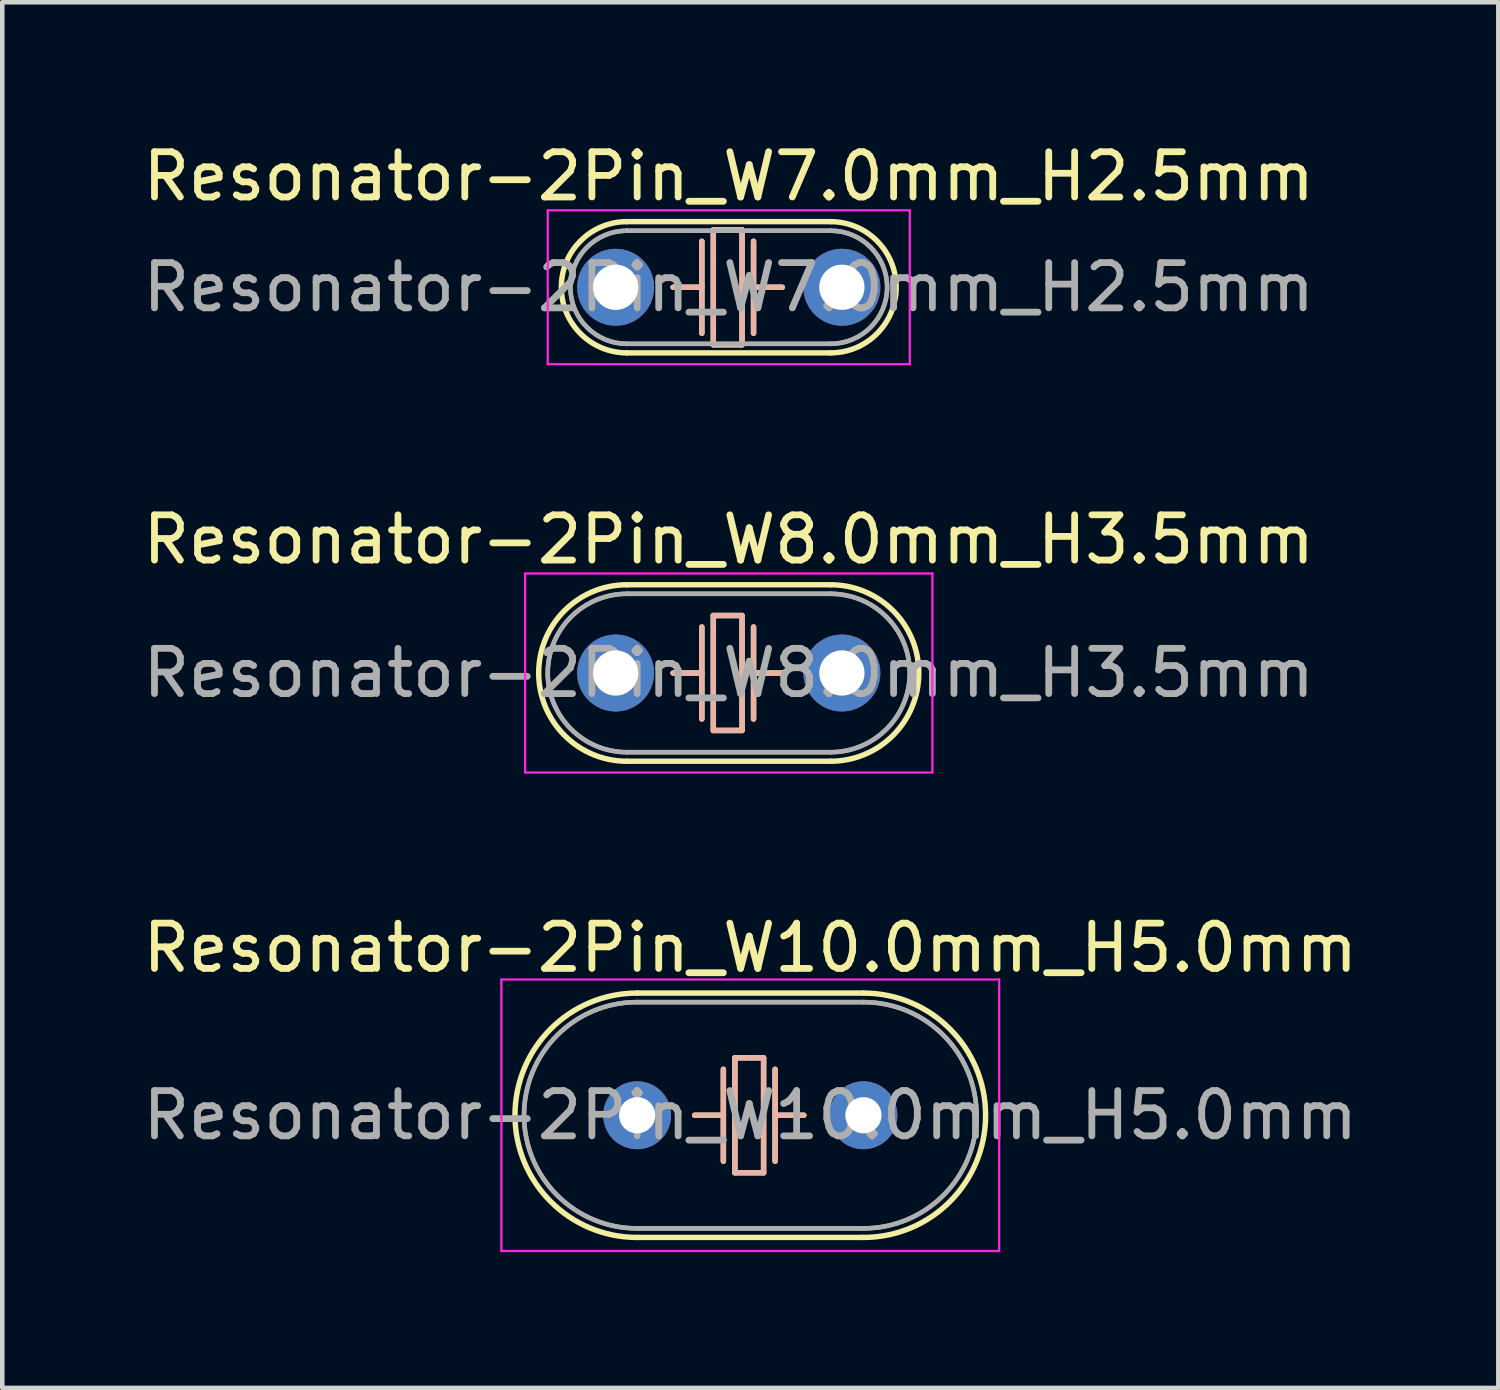
<source format=kicad_pcb>
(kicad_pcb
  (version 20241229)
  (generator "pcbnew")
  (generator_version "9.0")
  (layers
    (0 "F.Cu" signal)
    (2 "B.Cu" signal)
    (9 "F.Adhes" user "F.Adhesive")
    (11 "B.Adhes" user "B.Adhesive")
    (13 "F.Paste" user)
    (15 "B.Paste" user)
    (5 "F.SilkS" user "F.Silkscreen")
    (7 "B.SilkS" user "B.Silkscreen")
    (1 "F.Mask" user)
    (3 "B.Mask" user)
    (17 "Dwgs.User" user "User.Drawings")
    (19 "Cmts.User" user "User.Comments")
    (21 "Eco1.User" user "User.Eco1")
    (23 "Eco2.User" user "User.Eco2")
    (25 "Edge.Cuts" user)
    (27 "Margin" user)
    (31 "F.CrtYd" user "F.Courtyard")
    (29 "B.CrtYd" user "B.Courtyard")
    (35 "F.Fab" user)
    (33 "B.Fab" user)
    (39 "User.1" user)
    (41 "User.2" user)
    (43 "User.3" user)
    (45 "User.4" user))
  (footprint "Resonator-2Pin_W8.0mm_H3.5mm"
    (layer "F.Cu")
    (at 10.554 11.822)
    (property "Reference" "Resonator-2Pin_W8.0mm_H3.5mm" (at 2.5 -2.95 0) (layer "F.SilkS") (effects (font (size 1 1) (thickness 0.15))))
    (attr through_hole)
    (fp_line (start 0.25 -1.95) (end 4.75 -1.95) (stroke (width 0.12) (type solid)) (layer "F.SilkS"))
    (fp_line (start 0.25 1.95) (end 4.75 1.95) (stroke (width 0.12) (type solid)) (layer "F.SilkS"))
    (fp_line (start 1.27 0) (end 1.905 0) (stroke (width 0.12) (type solid)) (layer "F.SilkS"))
    (fp_line (start 1.905 0) (end 1.905 -1.016) (stroke (width 0.12) (type solid)) (layer "F.SilkS"))
    (fp_line (start 1.905 0) (end 1.905 1.016) (stroke (width 0.12) (type solid)) (layer "F.SilkS"))
    (fp_line (start 2.159 -1.27) (end 2.159 1.27) (stroke (width 0.12) (type solid)) (layer "F.SilkS"))
    (fp_line (start 2.159 1.27) (end 2.794 1.27) (stroke (width 0.12) (type solid)) (layer "F.SilkS"))
    (fp_line (start 2.794 -1.27) (end 2.159 -1.27) (stroke (width 0.12) (type solid)) (layer "F.SilkS"))
    (fp_line (start 2.794 1.27) (end 2.794 -1.27) (stroke (width 0.12) (type solid)) (layer "F.SilkS"))
    (fp_line (start 3.048 0) (end 3.048 -1.016) (stroke (width 0.12) (type solid)) (layer "F.SilkS"))
    (fp_line (start 3.048 0) (end 3.048 1.016) (stroke (width 0.12) (type solid)) (layer "F.SilkS"))
    (fp_line (start 3.683 0) (end 3.048 0) (stroke (width 0.12) (type solid)) (layer "F.SilkS"))
    (fp_arc (start 0.25 1.95) (mid -1.7 0) (end 0.25 -1.95) (stroke (width 0.12) (type solid)) (layer "F.SilkS"))
    (fp_arc (start 4.75 -1.95) (mid 6.7 0) (end 4.75 1.95) (stroke (width 0.12) (type solid)) (layer "F.SilkS"))
    (fp_line (start 1.27 0) (end 1.905 0) (stroke (width 0.12) (type solid)) (layer "B.SilkS"))
    (fp_line (start 1.905 0) (end 1.905 -1.016) (stroke (width 0.12) (type solid)) (layer "B.SilkS"))
    (fp_line (start 1.905 0) (end 1.905 1.016) (stroke (width 0.12) (type solid)) (layer "B.SilkS"))
    (fp_line (start 3.048 1.016) (end 3.048 -1.016) (stroke (width 0.12) (type solid)) (layer "B.SilkS"))
    (fp_line (start 3.683 0) (end 3.048 0) (stroke (width 0.12) (type solid)) (layer "B.SilkS"))
    (fp_rect (start 2.159 -1.27) (end 2.794 1.27) (stroke (width 0.12) (type solid)) (fill no) (layer "B.SilkS"))
    (fp_line (start -2 -2.2) (end -2 2.2) (stroke (width 0.05) (type solid)) (layer "F.CrtYd"))
    (fp_line (start -2 2.2) (end 7 2.2) (stroke (width 0.05) (type solid)) (layer "F.CrtYd"))
    (fp_line (start 7 -2.2) (end -2 -2.2) (stroke (width 0.05) (type solid)) (layer "F.CrtYd"))
    (fp_line (start 7 2.2) (end 7 -2.2) (stroke (width 0.05) (type solid)) (layer "F.CrtYd"))
    (fp_line (start 0.25 -1.75) (end 4.75 -1.75) (stroke (width 0.1) (type solid)) (layer "F.Fab"))
    (fp_line (start 0.25 -1.75) (end 4.75 -1.75) (stroke (width 0.1) (type solid)) (layer "F.Fab"))
    (fp_line (start 0.25 1.75) (end 4.75 1.75) (stroke (width 0.1) (type solid)) (layer "F.Fab"))
    (fp_line (start 0.25 1.75) (end 4.75 1.75) (stroke (width 0.1) (type solid)) (layer "F.Fab"))
    (fp_arc (start 0.25 1.75) (mid -1.5 0) (end 0.25 -1.75) (stroke (width 0.1) (type solid)) (layer "F.Fab"))
    (fp_arc (start 0.25 1.75) (mid -1.5 0) (end 0.25 -1.75) (stroke (width 0.1) (type solid)) (layer "F.Fab"))
    (fp_arc (start 4.75 -1.75) (mid 6.5 0) (end 4.75 1.75) (stroke (width 0.1) (type solid)) (layer "F.Fab"))
    (fp_arc (start 4.75 -1.75) (mid 6.5 0) (end 4.75 1.75) (stroke (width 0.1) (type solid)) (layer "F.Fab"))
    (fp_text user "${REFERENCE}" (at 2.5 0 0) (layer "F.Fab") (effects (font (size 1 1) (thickness 0.15))))
    (pad "1" thru_hole circle (at 0 0) (size 1.7 1.7) (drill 1) (layers "*.Cu" "*.Mask"))
    (pad "2" thru_hole circle (at 5 0) (size 1.7 1.7) (drill 1) (layers "*.Cu" "*.Mask")))
  (footprint "Resonator-2Pin_W7.0mm_H2.5mm"
    (layer "F.Cu")
    (at 10.554 3.298)
    (property "Reference" "Resonator-2Pin_W7.0mm_H2.5mm" (at 2.5 -2.45 0) (layer "F.SilkS") (effects (font (size 1 1) (thickness 0.15))))
    (attr through_hole)
    (fp_line (start 0.25 -1.45) (end 4.75 -1.45) (stroke (width 0.12) (type solid)) (layer "F.SilkS"))
    (fp_line (start 0.25 1.45) (end 4.75 1.45) (stroke (width 0.12) (type solid)) (layer "F.SilkS"))
    (fp_line (start 1.27 0) (end 1.905 0) (stroke (width 0.12) (type solid)) (layer "F.SilkS"))
    (fp_line (start 1.905 0) (end 1.905 -1.016) (stroke (width 0.12) (type solid)) (layer "F.SilkS"))
    (fp_line (start 1.905 0) (end 1.905 1.016) (stroke (width 0.12) (type solid)) (layer "F.SilkS"))
    (fp_line (start 2.159 -1.27) (end 2.159 1.27) (stroke (width 0.12) (type solid)) (layer "F.SilkS"))
    (fp_line (start 2.159 1.27) (end 2.794 1.27) (stroke (width 0.12) (type solid)) (layer "F.SilkS"))
    (fp_line (start 2.794 -1.27) (end 2.159 -1.27) (stroke (width 0.12) (type solid)) (layer "F.SilkS"))
    (fp_line (start 2.794 1.27) (end 2.794 -1.27) (stroke (width 0.12) (type solid)) (layer "F.SilkS"))
    (fp_line (start 3.048 0) (end 3.048 -1.016) (stroke (width 0.12) (type solid)) (layer "F.SilkS"))
    (fp_line (start 3.048 0) (end 3.048 1.016) (stroke (width 0.12) (type solid)) (layer "F.SilkS"))
    (fp_line (start 3.683 0) (end 3.048 0) (stroke (width 0.12) (type solid)) (layer "F.SilkS"))
    (fp_arc (start 0.25 1.45) (mid -1.2 0) (end 0.25 -1.45) (stroke (width 0.12) (type solid)) (layer "F.SilkS"))
    (fp_arc (start 4.75 -1.45) (mid 6.2 0) (end 4.75 1.45) (stroke (width 0.12) (type solid)) (layer "F.SilkS"))
    (fp_line (start 1.27 0) (end 1.905 0) (stroke (width 0.12) (type solid)) (layer "B.SilkS"))
    (fp_line (start 1.905 0) (end 1.905 -1.016) (stroke (width 0.12) (type solid)) (layer "B.SilkS"))
    (fp_line (start 1.905 0) (end 1.905 1.016) (stroke (width 0.12) (type solid)) (layer "B.SilkS"))
    (fp_line (start 3.048 1.016) (end 3.048 -1.016) (stroke (width 0.12) (type solid)) (layer "B.SilkS"))
    (fp_line (start 3.683 0) (end 3.048 0) (stroke (width 0.12) (type solid)) (layer "B.SilkS"))
    (fp_rect (start 2.159 -1.27) (end 2.794 1.27) (stroke (width 0.12) (type solid)) (fill no) (layer "B.SilkS"))
    (fp_line (start -1.5 -1.7) (end -1.5 1.7) (stroke (width 0.05) (type solid)) (layer "F.CrtYd"))
    (fp_line (start -1.5 1.7) (end 6.5 1.7) (stroke (width 0.05) (type solid)) (layer "F.CrtYd"))
    (fp_line (start 6.5 -1.7) (end -1.5 -1.7) (stroke (width 0.05) (type solid)) (layer "F.CrtYd"))
    (fp_line (start 6.5 1.7) (end 6.5 -1.7) (stroke (width 0.05) (type solid)) (layer "F.CrtYd"))
    (fp_line (start 0.25 -1.25) (end 4.75 -1.25) (stroke (width 0.1) (type solid)) (layer "F.Fab"))
    (fp_line (start 0.25 -1.25) (end 4.75 -1.25) (stroke (width 0.1) (type solid)) (layer "F.Fab"))
    (fp_line (start 0.25 1.25) (end 4.75 1.25) (stroke (width 0.1) (type solid)) (layer "F.Fab"))
    (fp_line (start 0.25 1.25) (end 4.75 1.25) (stroke (width 0.1) (type solid)) (layer "F.Fab"))
    (fp_arc (start 0.25 1.25) (mid -1 0) (end 0.25 -1.25) (stroke (width 0.1) (type solid)) (layer "F.Fab"))
    (fp_arc (start 0.25 1.25) (mid -1 0) (end 0.25 -1.25) (stroke (width 0.1) (type solid)) (layer "F.Fab"))
    (fp_arc (start 4.75 -1.25) (mid 6 0) (end 4.75 1.25) (stroke (width 0.1) (type solid)) (layer "F.Fab"))
    (fp_arc (start 4.75 -1.25) (mid 6 0) (end 4.75 1.25) (stroke (width 0.1) (type solid)) (layer "F.Fab"))
    (fp_text user "${REFERENCE}" (at 2.5 0 0) (layer "F.Fab") (effects (font (size 1 1) (thickness 0.15))))
    (pad "1" thru_hole circle (at 0 0) (size 1.7 1.7) (drill 1) (layers "*.Cu" "*.Mask"))
    (pad "2" thru_hole circle (at 5 0) (size 1.7 1.7) (drill 1) (layers "*.Cu" "*.Mask")))
  (footprint "Resonator-2Pin_W10.0mm_H5.0mm"
    (layer "F.Cu")
    (at 11.03 21.595)
    (property "Reference" "Resonator-2Pin_W10.0mm_H5.0mm" (at 2.5 -3.7 0) (layer "F.SilkS") (effects (font (size 1 1) (thickness 0.15))))
    (attr through_hole)
    (fp_line (start 0 -2.7) (end 5 -2.7) (stroke (width 0.12) (type solid)) (layer "F.SilkS"))
    (fp_line (start 0 2.7) (end 5 2.7) (stroke (width 0.12) (type solid)) (layer "F.SilkS"))
    (fp_line (start 1.27 0) (end 1.905 0) (stroke (width 0.12) (type solid)) (layer "F.SilkS"))
    (fp_line (start 1.905 0) (end 1.905 -1.016) (stroke (width 0.12) (type solid)) (layer "F.SilkS"))
    (fp_line (start 1.905 0) (end 1.905 1.016) (stroke (width 0.12) (type solid)) (layer "F.SilkS"))
    (fp_line (start 2.159 -1.27) (end 2.159 1.27) (stroke (width 0.12) (type solid)) (layer "F.SilkS"))
    (fp_line (start 2.159 1.27) (end 2.794 1.27) (stroke (width 0.12) (type solid)) (layer "F.SilkS"))
    (fp_line (start 2.794 -1.27) (end 2.159 -1.27) (stroke (width 0.12) (type solid)) (layer "F.SilkS"))
    (fp_line (start 2.794 1.27) (end 2.794 -1.27) (stroke (width 0.12) (type solid)) (layer "F.SilkS"))
    (fp_line (start 3.048 0) (end 3.048 -1.016) (stroke (width 0.12) (type solid)) (layer "F.SilkS"))
    (fp_line (start 3.048 0) (end 3.048 1.016) (stroke (width 0.12) (type solid)) (layer "F.SilkS"))
    (fp_line (start 3.683 0) (end 3.048 0) (stroke (width 0.12) (type solid)) (layer "F.SilkS"))
    (fp_arc (start 0 2.7) (mid -2.7 0) (end 0 -2.7) (stroke (width 0.12) (type solid)) (layer "F.SilkS"))
    (fp_arc (start 5 -2.7) (mid 7.7 0) (end 5 2.7) (stroke (width 0.12) (type solid)) (layer "F.SilkS"))
    (fp_line (start 1.27 0) (end 1.905 0) (stroke (width 0.12) (type solid)) (layer "B.SilkS"))
    (fp_line (start 1.905 0) (end 1.905 -1.016) (stroke (width 0.12) (type solid)) (layer "B.SilkS"))
    (fp_line (start 1.905 0) (end 1.905 1.016) (stroke (width 0.12) (type solid)) (layer "B.SilkS"))
    (fp_line (start 3.048 1.016) (end 3.048 -1.016) (stroke (width 0.12) (type solid)) (layer "B.SilkS"))
    (fp_line (start 3.683 0) (end 3.048 0) (stroke (width 0.12) (type solid)) (layer "B.SilkS"))
    (fp_rect (start 2.159 -1.27) (end 2.794 1.27) (stroke (width 0.12) (type solid)) (fill no) (layer "B.SilkS"))
    (fp_line (start -3 -3) (end -3 3) (stroke (width 0.05) (type solid)) (layer "F.CrtYd"))
    (fp_line (start -3 3) (end 8 3) (stroke (width 0.05) (type solid)) (layer "F.CrtYd"))
    (fp_line (start 8 -3) (end -3 -3) (stroke (width 0.05) (type solid)) (layer "F.CrtYd"))
    (fp_line (start 8 3) (end 8 -3) (stroke (width 0.05) (type solid)) (layer "F.CrtYd"))
    (fp_line (start 0 -2.5) (end 5 -2.5) (stroke (width 0.1) (type solid)) (layer "F.Fab"))
    (fp_line (start 0 -2.5) (end 5 -2.5) (stroke (width 0.1) (type solid)) (layer "F.Fab"))
    (fp_line (start 0 2.5) (end 5 2.5) (stroke (width 0.1) (type solid)) (layer "F.Fab"))
    (fp_line (start 0 2.5) (end 5 2.5) (stroke (width 0.1) (type solid)) (layer "F.Fab"))
    (fp_arc (start 0 2.5) (mid -2.5 0) (end 0 -2.5) (stroke (width 0.1) (type solid)) (layer "F.Fab"))
    (fp_arc (start 0 2.5) (mid -2.5 0) (end 0 -2.5) (stroke (width 0.1) (type solid)) (layer "F.Fab"))
    (fp_arc (start 5 -2.5) (mid 7.5 0) (end 5 2.5) (stroke (width 0.1) (type solid)) (layer "F.Fab"))
    (fp_arc (start 5 -2.5) (mid 7.5 0) (end 5 2.5) (stroke (width 0.1) (type solid)) (layer "F.Fab"))
    (fp_text user "${REFERENCE}" (at 2.5 0 0) (layer "F.Fab") (effects (font (size 1 1) (thickness 0.15))))
    (pad "1" thru_hole circle (at 0 0) (size 1.5 1.5) (drill 0.8) (layers "*.Cu" "*.Mask"))
    (pad "2" thru_hole circle (at 5 0) (size 1.5 1.5) (drill 0.8) (layers "*.Cu" "*.Mask")))
  (gr_rect
    (start -3 -3)
    (end 30.06 27.62)
    (stroke (width 0.1) (type default))
    (fill no)
    (layer "Edge.Cuts")))
</source>
